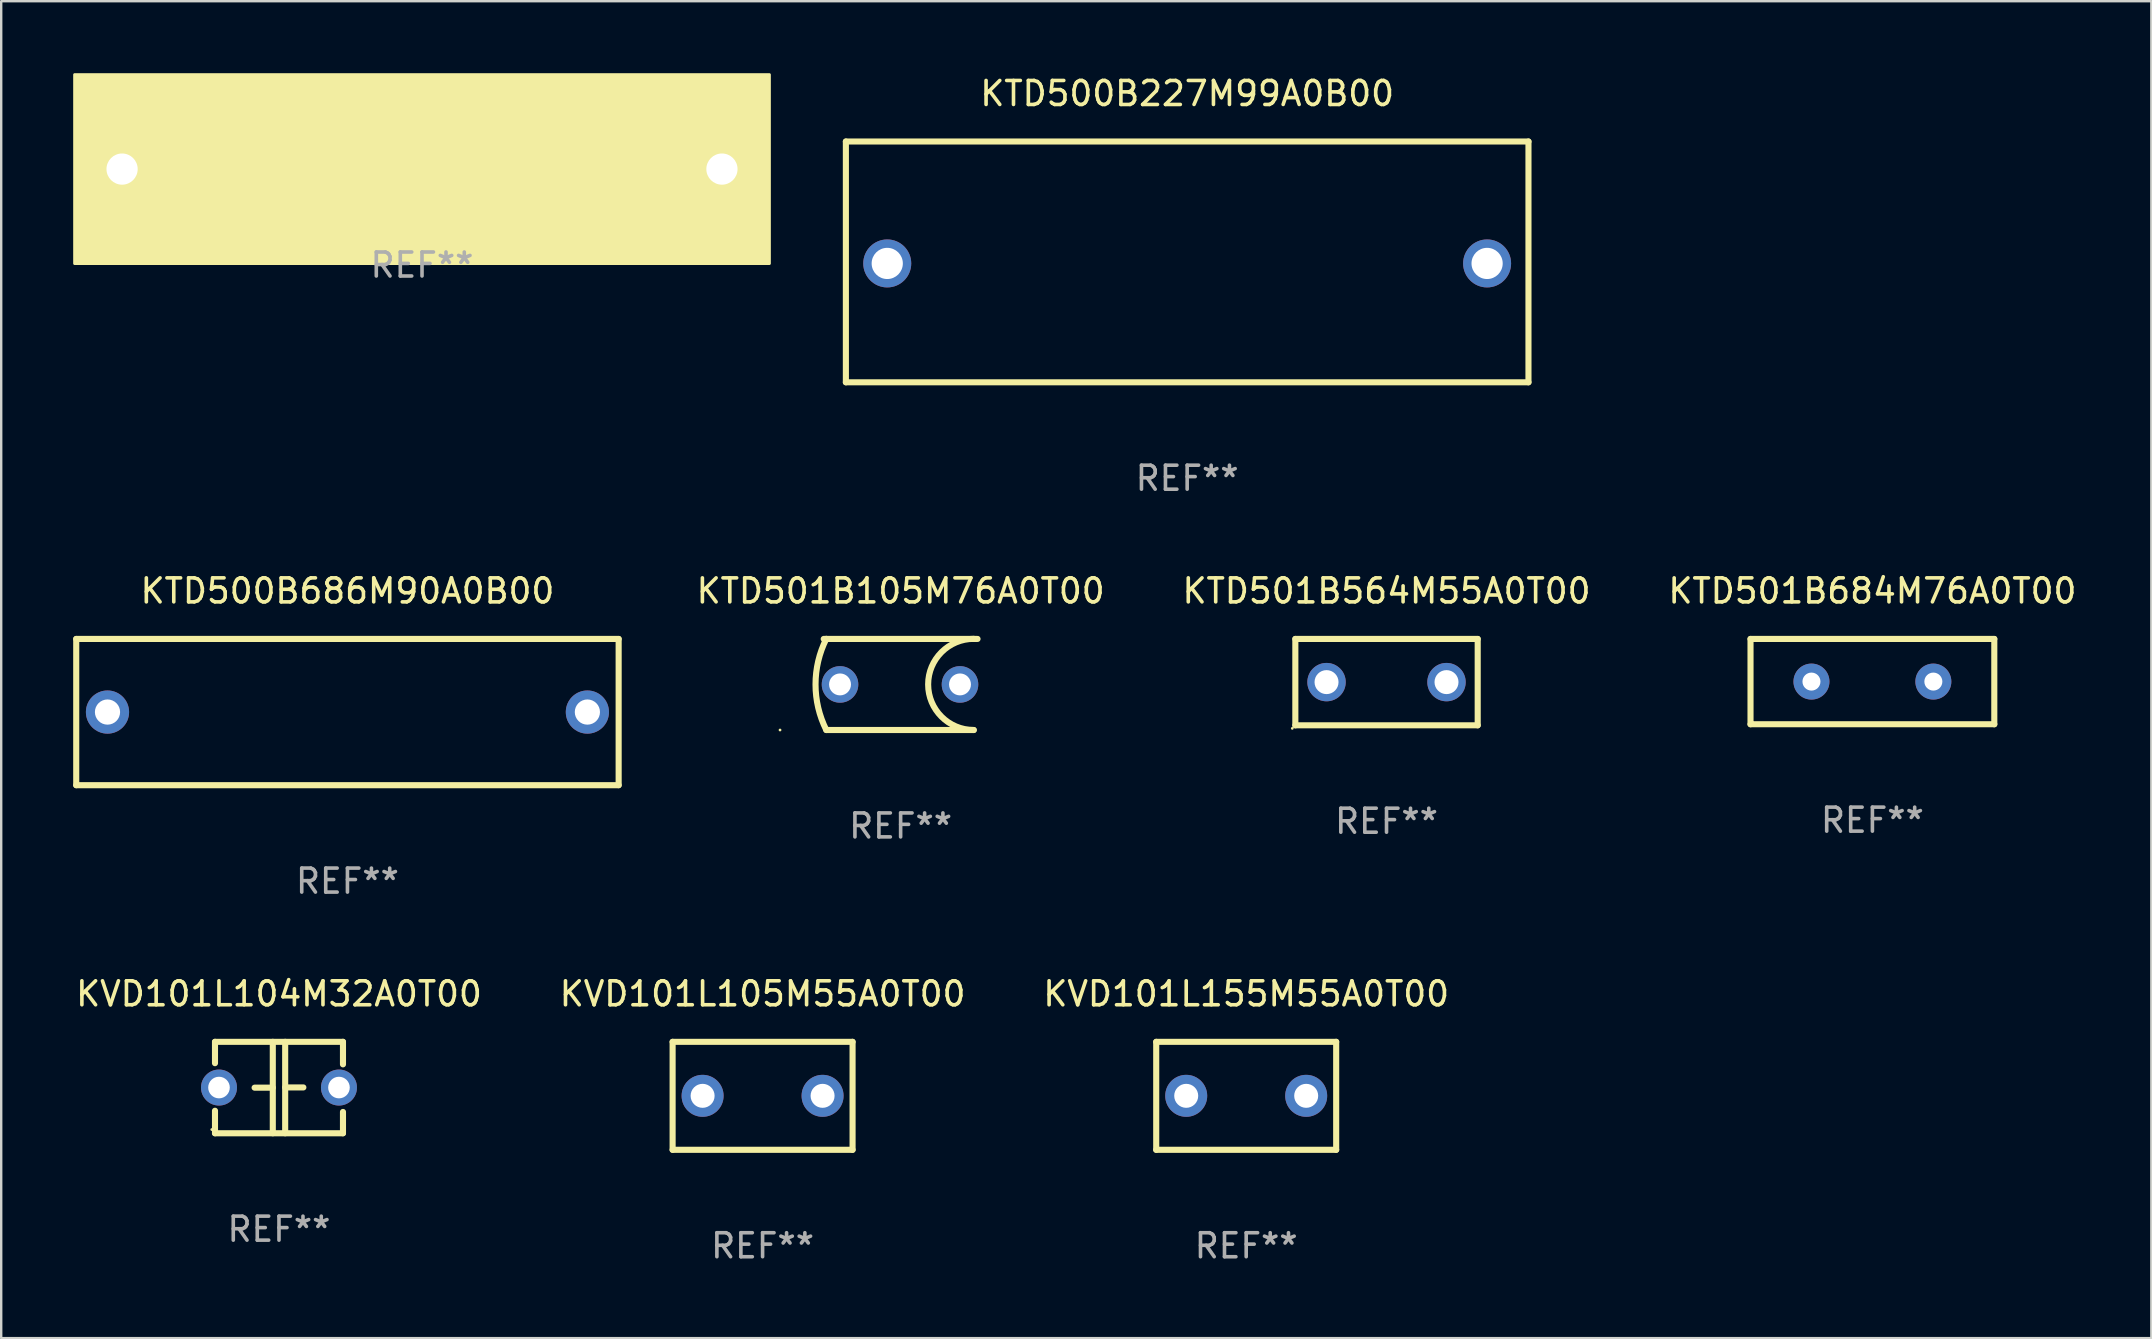
<source format=kicad_pcb>
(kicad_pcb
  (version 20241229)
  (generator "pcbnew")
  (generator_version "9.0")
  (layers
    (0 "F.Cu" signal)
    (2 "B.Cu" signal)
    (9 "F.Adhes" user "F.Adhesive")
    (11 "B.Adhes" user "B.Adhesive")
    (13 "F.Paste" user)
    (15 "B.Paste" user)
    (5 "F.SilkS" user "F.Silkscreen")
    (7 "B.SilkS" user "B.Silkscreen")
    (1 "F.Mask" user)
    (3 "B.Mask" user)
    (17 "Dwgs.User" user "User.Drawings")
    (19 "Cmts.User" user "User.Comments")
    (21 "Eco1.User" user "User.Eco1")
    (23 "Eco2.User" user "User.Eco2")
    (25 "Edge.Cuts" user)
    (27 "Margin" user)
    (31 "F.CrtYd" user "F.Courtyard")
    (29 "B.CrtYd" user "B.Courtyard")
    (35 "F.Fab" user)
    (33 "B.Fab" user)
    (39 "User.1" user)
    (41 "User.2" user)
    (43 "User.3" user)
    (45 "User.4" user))
  (footprint "KTD501B684M76A0T00"
    (layer "F.Cu")
    (at 74.985 25.356)
    (property "Reference" "KTD501B684M76A0T00" (at 0 -3.778 0) (layer "F.SilkS") (effects (font (size 1 1) (thickness 0.15))))
    (attr through_hole)
    (fp_line (start -5.08 -1.778) (end 5.08 -1.778) (stroke (width 0.254) (type solid)) (layer "F.SilkS"))
    (fp_line (start -5.08 1.778) (end -5.08 -1.778) (stroke (width 0.254) (type solid)) (layer "F.SilkS"))
    (fp_line (start 5.08 -1.778) (end 5.08 1.778) (stroke (width 0.254) (type solid)) (layer "F.SilkS"))
    (fp_line (start 5.08 1.778) (end -5.08 1.778) (stroke (width 0.254) (type solid)) (layer "F.SilkS"))
    (fp_circle (center -5 1.7) (end -4.97 1.7) (stroke (width 0.06) (type solid)) (fill no) (layer "F.SilkS"))
    (fp_text user "REF**" (at 0 5.778 0) (layer "F.Fab") (effects (font (size 1 1) (thickness 0.15))))
    (pad "1" thru_hole circle (at -2.54 0) (size 1.5 1.5) (drill 0.75) (layers "*.Cu" "*.Mask"))
    (pad "2" thru_hole circle (at 2.54 0) (size 1.5 1.5) (drill 0.75) (layers "*.Cu" "*.Mask")))
  (footprint "KVD101L155M55A0T00"
    (layer "F.Cu")
    (at 48.887 42.62)
    (property "Reference" "KVD101L155M55A0T00" (at 0 -4.25 0) (layer "F.SilkS") (effects (font (size 1 1) (thickness 0.15))))
    (attr through_hole)
    (fp_line (start -3.75 -2.25) (end -3.75 2.25) (stroke (width 0.254) (type solid)) (layer "F.SilkS"))
    (fp_line (start -3.75 -2.25) (end 3.75 -2.25) (stroke (width 0.254) (type solid)) (layer "F.SilkS"))
    (fp_line (start 3.75 -2.25) (end 3.75 2.25) (stroke (width 0.254) (type solid)) (layer "F.SilkS"))
    (fp_line (start 3.75 2.25) (end -3.75 2.25) (stroke (width 0.254) (type solid)) (layer "F.SilkS"))
    (fp_circle (center -3.75 2.25) (end -3.72 2.25) (stroke (width 0.06) (type solid)) (fill no) (layer "F.SilkS"))
    (fp_text user "REF**" (at 0 6.25 0) (layer "F.Fab") (effects (font (size 1 1) (thickness 0.15))))
    (pad "1" thru_hole circle (at -2.5 0) (size 1.75 1.75) (drill 1) (layers "*.Cu" "*.Mask"))
    (pad "2" thru_hole circle (at 2.5 0) (size 1.75 1.75) (drill 1) (layers "*.Cu" "*.Mask")))
  (footprint "KVD101L105M55A0T00"
    (layer "F.Cu")
    (at 28.732 42.62)
    (property "Reference" "KVD101L105M55A0T00" (at 0 -4.25 0) (layer "F.SilkS") (effects (font (size 1 1) (thickness 0.15))))
    (attr through_hole)
    (fp_line (start -3.75 -2.25) (end -3.75 2.25) (stroke (width 0.254) (type solid)) (layer "F.SilkS"))
    (fp_line (start -3.75 -2.25) (end 3.75 -2.25) (stroke (width 0.254) (type solid)) (layer "F.SilkS"))
    (fp_line (start 3.75 -2.25) (end 3.75 2.25) (stroke (width 0.254) (type solid)) (layer "F.SilkS"))
    (fp_line (start 3.75 2.25) (end -3.75 2.25) (stroke (width 0.254) (type solid)) (layer "F.SilkS"))
    (fp_circle (center -3.75 2.25) (end -3.72 2.25) (stroke (width 0.06) (type solid)) (fill no) (layer "F.SilkS"))
    (fp_text user "REF**" (at 0 6.25 0) (layer "F.Fab") (effects (font (size 1 1) (thickness 0.15))))
    (pad "1" thru_hole circle (at -2.5 0) (size 1.75 1.75) (drill 1) (layers "*.Cu" "*.Mask"))
    (pad "2" thru_hole circle (at 2.5 0) (size 1.75 1.75) (drill 1) (layers "*.Cu" "*.Mask")))
  (footprint "KTD501B564M55A0T00"
    (layer "F.Cu")
    (at 54.735 25.378)
    (property "Reference" "KTD501B564M55A0T00" (at 0 -3.8 0) (layer "F.SilkS") (effects (font (size 1 1) (thickness 0.15))))
    (attr through_hole)
    (fp_line (start -3.8 -1.8) (end 3.8 -1.8) (stroke (width 0.254) (type solid)) (layer "F.SilkS"))
    (fp_line (start -3.8 1.8) (end -3.8 -1.8) (stroke (width 0.254) (type solid)) (layer "F.SilkS"))
    (fp_line (start 3.8 -1.8) (end 3.8 1.8) (stroke (width 0.254) (type solid)) (layer "F.SilkS"))
    (fp_line (start 3.8 1.8) (end -3.8 1.8) (stroke (width 0.254) (type solid)) (layer "F.SilkS"))
    (fp_circle (center -3.927 1.927) (end -3.897 1.927) (stroke (width 0.06) (type solid)) (fill no) (layer "F.SilkS"))
    (fp_text user "REF**" (at 0 5.8 0) (layer "F.Fab") (effects (font (size 1 1) (thickness 0.15))))
    (pad "1" thru_hole circle (at -2.5 0) (size 1.6 1.6) (drill 1) (layers "*.Cu" "*.Mask"))
    (pad "2" thru_hole circle (at 2.5 0) (size 1.6 1.6) (drill 1) (layers "*.Cu" "*.Mask")))
  (footprint "KTD500B686M90A0B00"
    (layer "F.Cu")
    (at 11.43 26.626)
    (property "Reference" "KTD500B686M90A0B00" (at 0 -5.048 0) (layer "F.SilkS") (effects (font (size 1 1) (thickness 0.15))))
    (attr through_hole)
    (fp_line (start -11.303 -3.048) (end 11.303 -3.048) (stroke (width 0.254) (type solid)) (layer "F.SilkS"))
    (fp_line (start -11.303 3.048) (end -11.303 -3.048) (stroke (width 0.254) (type solid)) (layer "F.SilkS"))
    (fp_line (start 11.303 -3.048) (end 11.303 3.048) (stroke (width 0.254) (type solid)) (layer "F.SilkS"))
    (fp_line (start 11.303 3.048) (end -11.303 3.048) (stroke (width 0.254) (type solid)) (layer "F.SilkS"))
    (fp_circle (center -11.25 3) (end -11.22 3) (stroke (width 0.06) (type solid)) (fill no) (layer "F.SilkS"))
    (fp_text user "REF**" (at 0 7.048 0) (layer "F.Fab") (effects (font (size 1 1) (thickness 0.15))))
    (pad "1" thru_hole circle (at -10 0) (size 1.8 1.8) (drill 1.05) (layers "*.Cu" "*.Mask"))
    (pad "2" thru_hole circle (at 10 0) (size 1.8 1.8) (drill 1.05) (layers "*.Cu" "*.Mask")))
  (footprint "KVD101L104M32A0T00"
    (layer "F.Cu")
    (at 8.577 42.275)
    (property "Reference" "KVD101L104M32A0T00" (at 0 -3.905 0) (layer "F.SilkS") (effects (font (size 1 1) (thickness 0.15))))
    (attr through_hole)
    (fp_line (start -2.667 -1.905) (end -2.667 -1.016) (stroke (width 0.254) (type solid)) (layer "F.SilkS"))
    (fp_line (start -2.667 0.967) (end -2.667 1.905) (stroke (width 0.254) (type solid)) (layer "F.SilkS"))
    (fp_line (start -2.667 1.905) (end 2.667 1.905) (stroke (width 0.254) (type solid)) (layer "F.SilkS"))
    (fp_line (start -0.258 0.005) (end -1.016 0.005) (stroke (width 0.254) (type solid)) (layer "F.SilkS"))
    (fp_line (start -0.258 1.905) (end -0.258 -1.905) (stroke (width 0.254) (type solid)) (layer "F.SilkS"))
    (fp_line (start 0.258 -1.905) (end 0.258 1.905) (stroke (width 0.254) (type solid)) (layer "F.SilkS"))
    (fp_line (start 0.258 -0.005) (end 1.016 -0.005) (stroke (width 0.254) (type solid)) (layer "F.SilkS"))
    (fp_line (start 2.667 -1.905) (end -2.667 -1.905) (stroke (width 0.254) (type solid)) (layer "F.SilkS"))
    (fp_line (start 2.667 -0.967) (end 2.667 -1.905) (stroke (width 0.254) (type solid)) (layer "F.SilkS"))
    (fp_line (start 2.667 1.905) (end 2.667 1.016) (stroke (width 0.254) (type solid)) (layer "F.SilkS"))
    (fp_circle (center -2.8 1.75) (end -2.77 1.75) (stroke (width 0.06) (type solid)) (fill no) (layer "F.SilkS"))
    (fp_text user "REF**" (at 0 5.905 0) (layer "F.Fab") (effects (font (size 1 1) (thickness 0.15))))
    (pad "1" thru_hole circle (at -2.5 0) (size 1.5 1.5) (drill 0.9) (layers "*.Cu" "*.Mask"))
    (pad "2" thru_hole circle (at 2.5 0) (size 1.5 1.5) (drill 0.9) (layers "*.Cu" "*.Mask")))
  (footprint "KTD500B227M99A0B00"
    (layer "F.Cu")
    (at 46.427 7.865)
    (property "Reference" "KTD500B227M99A0B00" (at 0 -7.017 0) (layer "F.SilkS") (effects (font (size 1 1) (thickness 0.15))))
    (attr through_hole)
    (fp_line (start -14.224 -5.017) (end -14.224 5.017) (stroke (width 0.254) (type solid)) (layer "F.SilkS"))
    (fp_line (start -14.224 5.017) (end 14.224 5.017) (stroke (width 0.254) (type solid)) (layer "F.SilkS"))
    (fp_line (start 14.224 -5.017) (end -14.224 -5.017) (stroke (width 0.254) (type solid)) (layer "F.SilkS"))
    (fp_line (start 14.224 5.017) (end 14.224 -5.017) (stroke (width 0.254) (type solid)) (layer "F.SilkS"))
    (fp_circle (center -14.25 5.064) (end -14.22 5.064) (stroke (width 0.06) (type solid)) (fill no) (layer "F.SilkS"))
    (fp_text user "REF**" (at 0 9.017 0) (layer "F.Fab") (effects (font (size 1 1) (thickness 0.15))))
    (pad "1" thru_hole circle (at -12.5 0.064) (size 2 2) (drill 1.3) (layers "*.Cu" "*.Mask"))
    (pad "2" thru_hole circle (at 12.5 0.064) (size 2 2) (drill 1.3) (layers "*.Cu" "*.Mask")))
  (footprint "KTD501B105M76A0T00"
    (layer "F.Cu")
    (at 34.485 25.476)
    (property "Reference" "KTD501B105M76A0T00" (at 0 -3.898 0) (layer "F.SilkS") (effects (font (size 1 1) (thickness 0.15))))
    (attr through_hole)
    (fp_line (start -3.205 -1.898) (end 3.205 -1.898) (stroke (width 0.254) (type solid)) (layer "F.SilkS"))
    (fp_line (start 3.047 1.898) (end -3.098 1.898) (stroke (width 0.254) (type solid)) (layer "F.SilkS"))
    (fp_arc (start -3.098019 1.898476) (mid -3.546548 -0.001524) (end -3.098019 -1.901524) (stroke (width 0.254001) (type solid)) (layer "F.SilkS"))
    (fp_arc (start 3.046711 1.898476) (mid 1.146711 -0.001524) (end 3.046711 -1.901524) (stroke (width 0.254001) (type solid)) (layer "F.SilkS"))
    (fp_circle (center -5.026 1.898) (end -4.996 1.898) (stroke (width 0.06) (type solid)) (fill no) (layer "F.SilkS"))
    (fp_text user "REF**" (at 0 5.898 0) (layer "F.Fab") (effects (font (size 1 1) (thickness 0.15))))
    (pad "1" thru_hole circle (at -2.526 -0.002) (size 1.524 1.524) (drill 0.914) (layers "*.Cu" "*.Mask"))
    (pad "2" thru_hole circle (at 2.474 -0.002) (size 1.524 1.524) (drill 0.914) (layers "*.Cu" "*.Mask")))
  (footprint "KTD500B157M99A0B00"
    (layer "F.Cu")
    (at 14.538 3.997)
    (property "Reference" "KTD500B157M99A0B00" (at 0 -2 0) (layer "F.SilkS") (effects (font (size 1 1) (thickness 0.15))))
    (attr through_hole)
    (fp_circle (center -14.25 3.75) (end -14.22 3.75) (stroke (width 0.06) (type solid)) (fill no) (layer "F.SilkS"))
    (fp_poly (pts (xy -14.478 -3.937) (xy 14.478 -3.937) (xy 14.478 3.937) (xy -14.478 3.937)) (stroke (width 0.12) (type solid)) (fill yes) (layer "F.SilkS"))
    (fp_text user "REF**" (at 0 4 0) (layer "F.Fab") (effects (font (size 1 1) (thickness 0.15))))
    (pad "1" thru_hole circle (at -12.5 0) (size 2.2 2.2) (drill 1.3) (layers "*.Cu" "*.Mask"))
    (pad "2" thru_hole circle (at 12.5 0) (size 2.2 2.2) (drill 1.3) (layers "*.Cu" "*.Mask")))
  (gr_rect
    (start -3 -3)
    (end 86.61 52.719)
    (stroke (width 0.1) (type default))
    (fill no)
    (layer "Edge.Cuts")))
</source>
